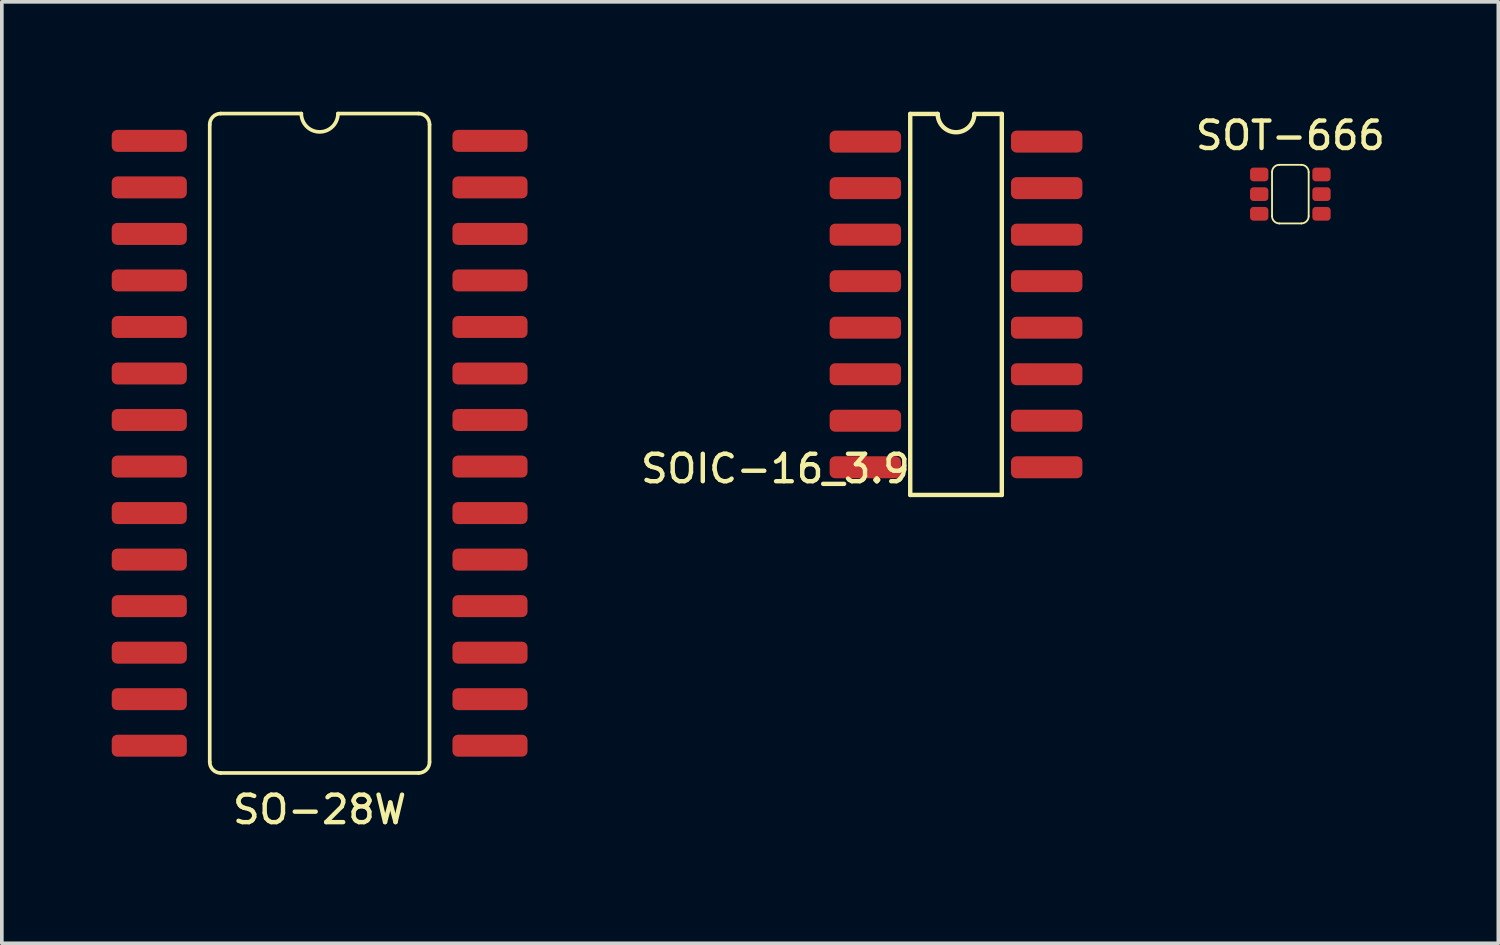
<source format=kicad_pcb>
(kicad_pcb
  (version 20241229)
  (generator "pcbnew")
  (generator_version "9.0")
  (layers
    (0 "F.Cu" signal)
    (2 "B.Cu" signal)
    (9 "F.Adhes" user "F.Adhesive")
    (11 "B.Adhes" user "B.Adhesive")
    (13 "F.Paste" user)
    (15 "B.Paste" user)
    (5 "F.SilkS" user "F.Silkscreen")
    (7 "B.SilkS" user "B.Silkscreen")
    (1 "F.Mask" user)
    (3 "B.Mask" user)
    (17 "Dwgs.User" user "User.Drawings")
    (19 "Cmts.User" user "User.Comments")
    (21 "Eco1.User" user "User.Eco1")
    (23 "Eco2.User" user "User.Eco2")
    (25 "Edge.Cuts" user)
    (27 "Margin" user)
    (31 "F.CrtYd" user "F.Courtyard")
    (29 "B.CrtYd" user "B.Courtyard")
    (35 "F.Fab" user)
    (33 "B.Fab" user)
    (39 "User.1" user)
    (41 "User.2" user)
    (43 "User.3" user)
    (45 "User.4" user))
  (footprint "SOIC-16_3.9"
    (layer "F.Cu")
    (at 23.046 5.26)
    (property "Reference" "SOIC-16_3.9" (at -4.93 4.485 0) (layer "F.SilkS") (effects (font (size 0.75 0.75) (thickness 0.12))))
    (attr smd)
    (fp_line (start -1.25 -5.2) (end -1.25 5.2) (stroke (width 0.12) (type solid)) (layer "F.SilkS"))
    (fp_line (start -1.25 5.2) (end 1.25 5.2) (stroke (width 0.12) (type solid)) (layer "F.SilkS"))
    (fp_line (start -0.5 -5.2) (end -1.25 -5.2) (stroke (width 0.12) (type solid)) (layer "F.SilkS"))
    (fp_line (start 0.5 -5.2) (end 1.25 -5.2) (stroke (width 0.12) (type solid)) (layer "F.SilkS"))
    (fp_line (start 1.25 5.2) (end 1.25 -5.2) (stroke (width 0.12) (type solid)) (layer "F.SilkS"))
    (fp_arc (start 0.5 -5.2) (mid 0 -4.7) (end -0.5 -5.2) (stroke (width 0.12) (type solid)) (layer "F.SilkS"))
    (pad "1" smd roundrect (at -2.475 -4.445) (size 1.95 0.6) (layers "F.Cu" "F.Mask" "F.Paste") (roundrect_rratio 0.25))
    (pad "2" smd roundrect (at -2.475 -3.175) (size 1.95 0.6) (layers "F.Cu" "F.Mask" "F.Paste") (roundrect_rratio 0.25))
    (pad "3" smd roundrect (at -2.475 -1.905) (size 1.95 0.6) (layers "F.Cu" "F.Mask" "F.Paste") (roundrect_rratio 0.25))
    (pad "4" smd roundrect (at -2.475 -0.635) (size 1.95 0.6) (layers "F.Cu" "F.Mask" "F.Paste") (roundrect_rratio 0.25))
    (pad "5" smd roundrect (at -2.475 0.635) (size 1.95 0.6) (layers "F.Cu" "F.Mask" "F.Paste") (roundrect_rratio 0.25))
    (pad "6" smd roundrect (at -2.475 1.905) (size 1.95 0.6) (layers "F.Cu" "F.Mask" "F.Paste") (roundrect_rratio 0.25))
    (pad "7" smd roundrect (at -2.475 3.175) (size 1.95 0.6) (layers "F.Cu" "F.Mask" "F.Paste") (roundrect_rratio 0.25))
    (pad "8" smd roundrect (at -2.475 4.445) (size 1.95 0.6) (layers "F.Cu" "F.Mask" "F.Paste") (roundrect_rratio 0.25))
    (pad "9" smd roundrect (at 2.475 4.445) (size 1.95 0.6) (layers "F.Cu" "F.Mask" "F.Paste") (roundrect_rratio 0.25))
    (pad "10" smd roundrect (at 2.475 3.175) (size 1.95 0.6) (layers "F.Cu" "F.Mask" "F.Paste") (roundrect_rratio 0.25))
    (pad "11" smd roundrect (at 2.475 1.905) (size 1.95 0.6) (layers "F.Cu" "F.Mask" "F.Paste") (roundrect_rratio 0.25))
    (pad "12" smd roundrect (at 2.475 0.635) (size 1.95 0.6) (layers "F.Cu" "F.Mask" "F.Paste") (roundrect_rratio 0.25))
    (pad "13" smd roundrect (at 2.475 -0.635) (size 1.95 0.6) (layers "F.Cu" "F.Mask" "F.Paste") (roundrect_rratio 0.25))
    (pad "14" smd roundrect (at 2.475 -1.905) (size 1.95 0.6) (layers "F.Cu" "F.Mask" "F.Paste") (roundrect_rratio 0.25))
    (pad "15" smd roundrect (at 2.475 -3.175) (size 1.95 0.6) (layers "F.Cu" "F.Mask" "F.Paste") (roundrect_rratio 0.25))
    (pad "16" smd roundrect (at 2.475 -4.445) (size 1.95 0.6) (layers "F.Cu" "F.Mask" "F.Paste") (roundrect_rratio 0.25)))
  (footprint "SO-28W"
    (layer "F.Cu")
    (at 5.675 9.05)
    (property "Reference" "SO-28W" (at 0 10 0) (layer "F.SilkS") (effects (font (size 0.75 0.75) (thickness 0.12))))
    (attr smd)
    (fp_line (start -3 8.7) (end -3 -8.7) (stroke (width 0.1) (type solid)) (layer "F.SilkS"))
    (fp_line (start -0.5 -9) (end -2.7 -9) (stroke (width 0.1) (type solid)) (layer "F.SilkS"))
    (fp_line (start 2.7 -9) (end 0.5 -9) (stroke (width 0.1) (type solid)) (layer "F.SilkS"))
    (fp_line (start 2.7 9) (end -2.7 9) (stroke (width 0.1) (type solid)) (layer "F.SilkS"))
    (fp_line (start 3 -8.7) (end 3 8.7) (stroke (width 0.1) (type solid)) (layer "F.SilkS"))
    (fp_arc (start -3 -8.7) (mid -2.912132 -8.912132) (end -2.7 -9) (stroke (width 0.1) (type solid)) (layer "F.SilkS"))
    (fp_arc (start -2.7 9) (mid -2.912132 8.912132) (end -3 8.7) (stroke (width 0.1) (type solid)) (layer "F.SilkS"))
    (fp_arc (start 0.5 -9) (mid 0 -8.5) (end -0.5 -9) (stroke (width 0.1) (type solid)) (layer "F.SilkS"))
    (fp_arc (start 2.7 -9) (mid 2.912132 -8.912132) (end 3 -8.7) (stroke (width 0.1) (type solid)) (layer "F.SilkS"))
    (fp_arc (start 3 8.7) (mid 2.912132 8.912132) (end 2.7 9) (stroke (width 0.1) (type solid)) (layer "F.SilkS"))
    (pad "1" smd roundrect (at -4.65 -8.255) (size 2.05 0.6) (layers "F.Cu" "F.Mask" "F.Paste") (roundrect_rratio 0.25))
    (pad "2" smd roundrect (at -4.65 -6.985) (size 2.05 0.6) (layers "F.Cu" "F.Mask" "F.Paste") (roundrect_rratio 0.25))
    (pad "3" smd roundrect (at -4.65 -5.715) (size 2.05 0.6) (layers "F.Cu" "F.Mask" "F.Paste") (roundrect_rratio 0.25))
    (pad "4" smd roundrect (at -4.65 -4.445) (size 2.05 0.6) (layers "F.Cu" "F.Mask" "F.Paste") (roundrect_rratio 0.25))
    (pad "5" smd roundrect (at -4.65 -3.175) (size 2.05 0.6) (layers "F.Cu" "F.Mask" "F.Paste") (roundrect_rratio 0.25))
    (pad "6" smd roundrect (at -4.65 -1.905) (size 2.05 0.6) (layers "F.Cu" "F.Mask" "F.Paste") (roundrect_rratio 0.25))
    (pad "7" smd roundrect (at -4.65 -0.635) (size 2.05 0.6) (layers "F.Cu" "F.Mask" "F.Paste") (roundrect_rratio 0.25))
    (pad "8" smd roundrect (at -4.65 0.635) (size 2.05 0.6) (layers "F.Cu" "F.Mask" "F.Paste") (roundrect_rratio 0.25))
    (pad "9" smd roundrect (at -4.65 1.905) (size 2.05 0.6) (layers "F.Cu" "F.Mask" "F.Paste") (roundrect_rratio 0.25))
    (pad "10" smd roundrect (at -4.65 3.175) (size 2.05 0.6) (layers "F.Cu" "F.Mask" "F.Paste") (roundrect_rratio 0.25))
    (pad "11" smd roundrect (at -4.65 4.445) (size 2.05 0.6) (layers "F.Cu" "F.Mask" "F.Paste") (roundrect_rratio 0.25))
    (pad "12" smd roundrect (at -4.65 5.715) (size 2.05 0.6) (layers "F.Cu" "F.Mask" "F.Paste") (roundrect_rratio 0.25))
    (pad "13" smd roundrect (at -4.65 6.985) (size 2.05 0.6) (layers "F.Cu" "F.Mask" "F.Paste") (roundrect_rratio 0.25))
    (pad "14" smd roundrect (at -4.65 8.255) (size 2.05 0.6) (layers "F.Cu" "F.Mask" "F.Paste") (roundrect_rratio 0.25))
    (pad "15" smd roundrect (at 4.65 8.255) (size 2.05 0.6) (layers "F.Cu" "F.Mask" "F.Paste") (roundrect_rratio 0.25))
    (pad "16" smd roundrect (at 4.65 6.985) (size 2.05 0.6) (layers "F.Cu" "F.Mask" "F.Paste") (roundrect_rratio 0.25))
    (pad "17" smd roundrect (at 4.65 5.715) (size 2.05 0.6) (layers "F.Cu" "F.Mask" "F.Paste") (roundrect_rratio 0.25))
    (pad "18" smd roundrect (at 4.65 4.445) (size 2.05 0.6) (layers "F.Cu" "F.Mask" "F.Paste") (roundrect_rratio 0.25))
    (pad "19" smd roundrect (at 4.65 3.175) (size 2.05 0.6) (layers "F.Cu" "F.Mask" "F.Paste") (roundrect_rratio 0.25))
    (pad "20" smd roundrect (at 4.65 1.905) (size 2.05 0.6) (layers "F.Cu" "F.Mask" "F.Paste") (roundrect_rratio 0.25))
    (pad "21" smd roundrect (at 4.65 0.635) (size 2.05 0.6) (layers "F.Cu" "F.Mask" "F.Paste") (roundrect_rratio 0.25))
    (pad "22" smd roundrect (at 4.65 -0.635) (size 2.05 0.6) (layers "F.Cu" "F.Mask" "F.Paste") (roundrect_rratio 0.25))
    (pad "23" smd roundrect (at 4.65 -1.905) (size 2.05 0.6) (layers "F.Cu" "F.Mask" "F.Paste") (roundrect_rratio 0.25))
    (pad "24" smd roundrect (at 4.65 -3.175) (size 2.05 0.6) (layers "F.Cu" "F.Mask" "F.Paste") (roundrect_rratio 0.25))
    (pad "25" smd roundrect (at 4.65 -4.445) (size 2.05 0.6) (layers "F.Cu" "F.Mask" "F.Paste") (roundrect_rratio 0.25))
    (pad "26" smd roundrect (at 4.65 -5.715) (size 2.05 0.6) (layers "F.Cu" "F.Mask" "F.Paste") (roundrect_rratio 0.25))
    (pad "27" smd roundrect (at 4.65 -6.985) (size 2.05 0.6) (layers "F.Cu" "F.Mask" "F.Paste") (roundrect_rratio 0.25))
    (pad "28" smd roundrect (at 4.65 -8.255) (size 2.05 0.6) (layers "F.Cu" "F.Mask" "F.Paste") (roundrect_rratio 0.25)))
  (footprint "SOT-666"
    (layer "F.Cu")
    (at 32.172 2.249)
    (property "Reference" "SOT-666" (at 0 -1.6 0) (layer "F.SilkS") (effects (font (size 0.75 0.75) (thickness 0.12))))
    (attr smd)
    (fp_line (start -0.5 -0.6) (end -0.5 0.6) (stroke (width 0.05) (type solid)) (layer "F.SilkS"))
    (fp_line (start 0.3 -0.8) (end -0.3 -0.8) (stroke (width 0.05) (type solid)) (layer "F.SilkS"))
    (fp_line (start 0.3 0.8) (end -0.3 0.8) (stroke (width 0.05) (type solid)) (layer "F.SilkS"))
    (fp_line (start 0.5 -0.6) (end 0.5 0.6) (stroke (width 0.05) (type solid)) (layer "F.SilkS"))
    (fp_arc (start -0.5 -0.6) (mid -0.441421 -0.741421) (end -0.3 -0.8) (stroke (width 0.05) (type solid)) (layer "F.SilkS"))
    (fp_arc (start -0.3 0.8) (mid -0.441421 0.741421) (end -0.5 0.6) (stroke (width 0.05) (type solid)) (layer "F.SilkS"))
    (fp_arc (start 0.3 -0.8) (mid 0.441421 -0.741421) (end 0.5 -0.6) (stroke (width 0.05) (type solid)) (layer "F.SilkS"))
    (fp_arc (start 0.5 0.6) (mid 0.441421 0.741421) (end 0.3 0.8) (stroke (width 0.05) (type solid)) (layer "F.SilkS"))
    (pad "1" smd roundrect (at -0.85 -0.537) (size 0.5 0.375) (layers "F.Cu" "F.Mask" "F.Paste") (roundrect_rratio 0.25))
    (pad "2" smd roundrect (at -0.85 0) (size 0.5 0.375) (layers "F.Cu" "F.Mask" "F.Paste") (roundrect_rratio 0.25))
    (pad "3" smd roundrect (at -0.85 0.537) (size 0.5 0.375) (layers "F.Cu" "F.Mask" "F.Paste") (roundrect_rratio 0.25))
    (pad "4" smd roundrect (at 0.85 0.537) (size 0.5 0.375) (layers "F.Cu" "F.Mask" "F.Paste") (roundrect_rratio 0.25))
    (pad "5" smd roundrect (at 0.85 0) (size 0.5 0.375) (layers "F.Cu" "F.Mask" "F.Paste") (roundrect_rratio 0.25))
    (pad "6" smd roundrect (at 0.85 -0.537) (size 0.5 0.375) (layers "F.Cu" "F.Mask" "F.Paste") (roundrect_rratio 0.25)))
  (gr_rect
    (start -3 -3)
    (end 37.849 22.699)
    (stroke (width 0.1) (type default))
    (fill no)
    (layer "Edge.Cuts")))
</source>
